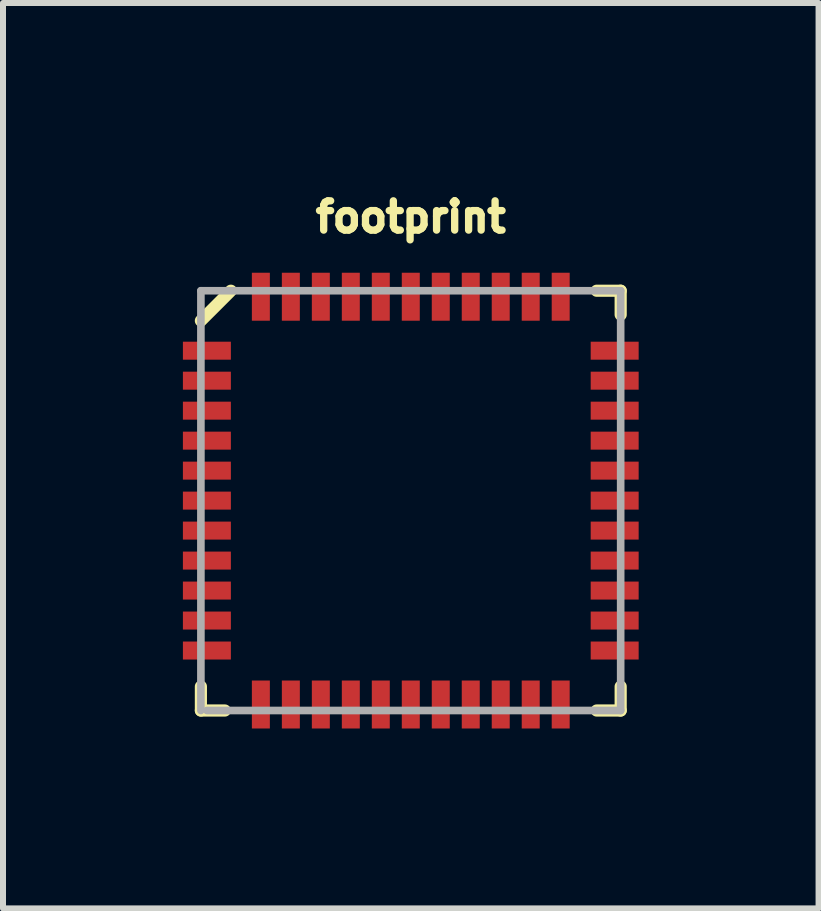
<source format=kicad_pcb>
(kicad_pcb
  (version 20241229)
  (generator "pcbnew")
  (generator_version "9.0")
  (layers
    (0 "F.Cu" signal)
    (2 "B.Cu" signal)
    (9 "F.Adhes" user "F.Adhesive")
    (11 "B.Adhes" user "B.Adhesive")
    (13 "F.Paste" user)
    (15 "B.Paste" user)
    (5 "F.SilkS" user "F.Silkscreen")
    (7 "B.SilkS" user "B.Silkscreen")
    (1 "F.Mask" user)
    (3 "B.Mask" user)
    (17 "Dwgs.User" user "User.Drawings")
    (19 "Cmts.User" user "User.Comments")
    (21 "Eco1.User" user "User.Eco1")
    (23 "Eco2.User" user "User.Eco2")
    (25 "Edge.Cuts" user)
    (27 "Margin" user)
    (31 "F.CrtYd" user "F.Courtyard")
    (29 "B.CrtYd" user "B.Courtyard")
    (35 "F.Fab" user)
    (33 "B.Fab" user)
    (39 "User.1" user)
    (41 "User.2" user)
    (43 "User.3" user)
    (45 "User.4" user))
  (footprint "footprint"
    (layer "F.Cu")
    (at 3.8 5.298)
    (property "Reference" "footprint" (at 0 -4.445 0) (layer "F.SilkS") (effects (font (size 0.488 0.488) (thickness 0.122)) (justify bottom)))
    (fp_line (start -3.5 3.5) (end -3.5 3.1) (stroke (width 0.203) (type solid)) (layer "F.SilkS"))
    (fp_line (start -3.1 3.5) (end -3.5 3.5) (stroke (width 0.203) (type solid)) (layer "F.SilkS"))
    (fp_line (start -3 -3.5) (end -3.5 -3) (stroke (width 0.203) (type solid)) (layer "F.SilkS"))
    (fp_line (start 3.1 3.5) (end 3.5 3.5) (stroke (width 0.203) (type solid)) (layer "F.SilkS"))
    (fp_line (start 3.5 -3.5) (end 3.1 -3.5) (stroke (width 0.203) (type solid)) (layer "F.SilkS"))
    (fp_line (start 3.5 -3.1) (end 3.5 -3.5) (stroke (width 0.203) (type solid)) (layer "F.SilkS"))
    (fp_line (start 3.5 3.1) (end 3.5 3.5) (stroke (width 0.203) (type solid)) (layer "F.SilkS"))
    (fp_line (start -3.5 -3.5) (end -3.5 3.5) (stroke (width 0.127) (type solid)) (layer "F.Fab"))
    (fp_line (start -3.4 3.5) (end 3.5 3.5) (stroke (width 0.127) (type solid)) (layer "F.Fab"))
    (fp_line (start 3.5 -3.5) (end -3.5 -3.5) (stroke (width 0.127) (type solid)) (layer "F.Fab"))
    (fp_line (start 3.5 3.5) (end 3.5 -3.5) (stroke (width 0.127) (type solid)) (layer "F.Fab"))
    (pad "1" smd rect (at -3.4 -2.5 180) (size 0.8 0.3) (layers "F.Cu" "F.Mask" "F.Paste"))
    (pad "2" smd rect (at -3.4 -2 180) (size 0.8 0.3) (layers "F.Cu" "F.Mask" "F.Paste"))
    (pad "3" smd rect (at -3.4 -1.5 180) (size 0.8 0.3) (layers "F.Cu" "F.Mask" "F.Paste"))
    (pad "4" smd rect (at -3.4 -1 180) (size 0.8 0.3) (layers "F.Cu" "F.Mask" "F.Paste"))
    (pad "5" smd rect (at -3.4 -0.5 180) (size 0.8 0.3) (layers "F.Cu" "F.Mask" "F.Paste"))
    (pad "6" smd rect (at -3.4 0 180) (size 0.8 0.3) (layers "F.Cu" "F.Mask" "F.Paste"))
    (pad "7" smd rect (at -3.4 0.5) (size 0.8 0.3) (layers "F.Cu" "F.Mask" "F.Paste"))
    (pad "8" smd rect (at -3.4 1) (size 0.8 0.3) (layers "F.Cu" "F.Mask" "F.Paste"))
    (pad "9" smd rect (at -3.4 1.5) (size 0.8 0.3) (layers "F.Cu" "F.Mask" "F.Paste"))
    (pad "10" smd rect (at -3.4 2) (size 0.8 0.3) (layers "F.Cu" "F.Mask" "F.Paste"))
    (pad "11" smd rect (at -3.4 2.5) (size 0.8 0.3) (layers "F.Cu" "F.Mask" "F.Paste"))
    (pad "12" smd rect (at -2.5 3.4 270) (size 0.8 0.3) (layers "F.Cu" "F.Mask" "F.Paste"))
    (pad "13" smd rect (at -2 3.4 270) (size 0.8 0.3) (layers "F.Cu" "F.Mask" "F.Paste"))
    (pad "14" smd rect (at -1.5 3.4 270) (size 0.8 0.3) (layers "F.Cu" "F.Mask" "F.Paste"))
    (pad "15" smd rect (at -1 3.4 270) (size 0.8 0.3) (layers "F.Cu" "F.Mask" "F.Paste"))
    (pad "16" smd rect (at -0.5 3.4 270) (size 0.8 0.3) (layers "F.Cu" "F.Mask" "F.Paste"))
    (pad "17" smd rect (at 0 3.4 270) (size 0.8 0.3) (layers "F.Cu" "F.Mask" "F.Paste"))
    (pad "18" smd rect (at 0.5 3.4 90) (size 0.8 0.3) (layers "F.Cu" "F.Mask" "F.Paste"))
    (pad "19" smd rect (at 1 3.4 90) (size 0.8 0.3) (layers "F.Cu" "F.Mask" "F.Paste"))
    (pad "20" smd rect (at 1.5 3.4 90) (size 0.8 0.3) (layers "F.Cu" "F.Mask" "F.Paste"))
    (pad "21" smd rect (at 2 3.4 90) (size 0.8 0.3) (layers "F.Cu" "F.Mask" "F.Paste"))
    (pad "22" smd rect (at 2.5 3.4 90) (size 0.8 0.3) (layers "F.Cu" "F.Mask" "F.Paste"))
    (pad "23" smd rect (at 3.4 2.5) (size 0.8 0.3) (layers "F.Cu" "F.Mask" "F.Paste"))
    (pad "24" smd rect (at 3.4 2) (size 0.8 0.3) (layers "F.Cu" "F.Mask" "F.Paste"))
    (pad "25" smd rect (at 3.4 1.5) (size 0.8 0.3) (layers "F.Cu" "F.Mask" "F.Paste"))
    (pad "26" smd rect (at 3.4 1) (size 0.8 0.3) (layers "F.Cu" "F.Mask" "F.Paste"))
    (pad "27" smd rect (at 3.4 0.5) (size 0.8 0.3) (layers "F.Cu" "F.Mask" "F.Paste"))
    (pad "28" smd rect (at 3.4 0) (size 0.8 0.3) (layers "F.Cu" "F.Mask" "F.Paste"))
    (pad "29" smd rect (at 3.4 -0.5 180) (size 0.8 0.3) (layers "F.Cu" "F.Mask" "F.Paste"))
    (pad "30" smd rect (at 3.4 -1 180) (size 0.8 0.3) (layers "F.Cu" "F.Mask" "F.Paste"))
    (pad "31" smd rect (at 3.4 -1.5 180) (size 0.8 0.3) (layers "F.Cu" "F.Mask" "F.Paste"))
    (pad "32" smd rect (at 3.4 -2 180) (size 0.8 0.3) (layers "F.Cu" "F.Mask" "F.Paste"))
    (pad "33" smd rect (at 3.4 -2.5 180) (size 0.8 0.3) (layers "F.Cu" "F.Mask" "F.Paste"))
    (pad "34" smd rect (at 2.5 -3.4 90) (size 0.8 0.3) (layers "F.Cu" "F.Mask" "F.Paste"))
    (pad "35" smd rect (at 2 -3.4 90) (size 0.8 0.3) (layers "F.Cu" "F.Mask" "F.Paste"))
    (pad "36" smd rect (at 1.5 -3.4 90) (size 0.8 0.3) (layers "F.Cu" "F.Mask" "F.Paste"))
    (pad "37" smd rect (at 1 -3.4 90) (size 0.8 0.3) (layers "F.Cu" "F.Mask" "F.Paste"))
    (pad "38" smd rect (at 0.5 -3.4 90) (size 0.8 0.3) (layers "F.Cu" "F.Mask" "F.Paste"))
    (pad "39" smd rect (at 0 -3.4 90) (size 0.8 0.3) (layers "F.Cu" "F.Mask" "F.Paste"))
    (pad "40" smd rect (at -0.5 -3.4 270) (size 0.8 0.3) (layers "F.Cu" "F.Mask" "F.Paste"))
    (pad "41" smd rect (at -1 -3.4 270) (size 0.8 0.3) (layers "F.Cu" "F.Mask" "F.Paste"))
    (pad "42" smd rect (at -1.5 -3.4 270) (size 0.8 0.3) (layers "F.Cu" "F.Mask" "F.Paste"))
    (pad "43" smd rect (at -2 -3.4 270) (size 0.8 0.3) (layers "F.Cu" "F.Mask" "F.Paste"))
    (pad "44" smd rect (at -2.5 -3.4 270) (size 0.8 0.3) (layers "F.Cu" "F.Mask" "F.Paste")))
  (gr_rect
    (start -3 -3)
    (end 10.6 12.098)
    (stroke (width 0.1) (type default))
    (fill no)
    (layer "Edge.Cuts")))
</source>
